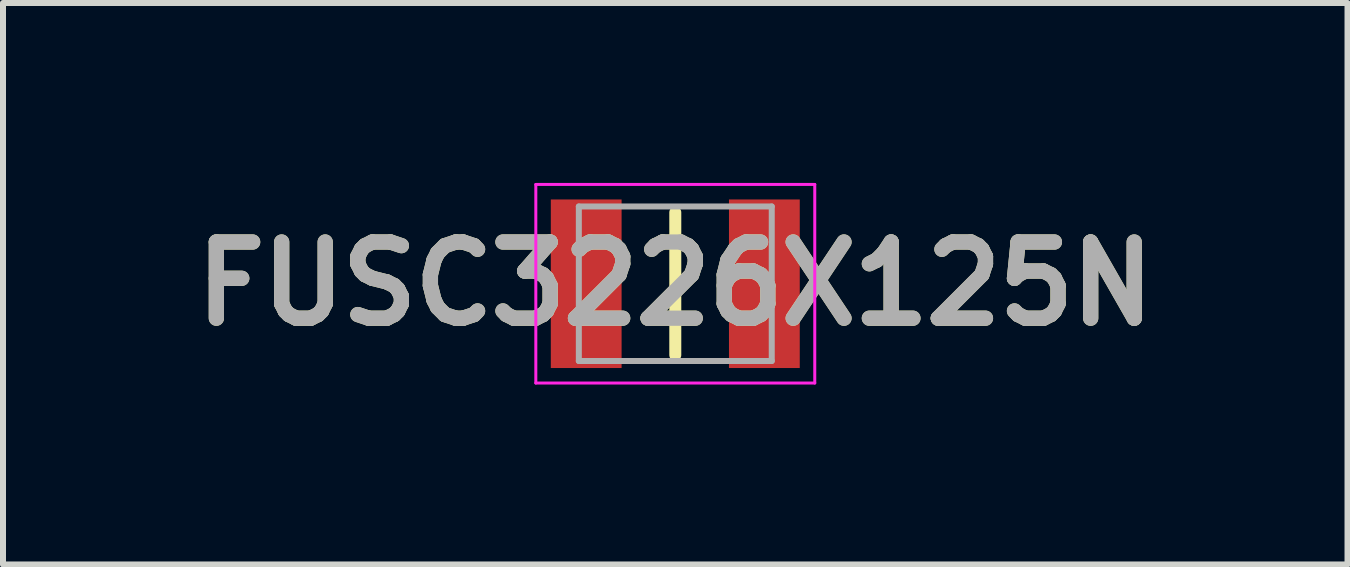
<source format=kicad_pcb>
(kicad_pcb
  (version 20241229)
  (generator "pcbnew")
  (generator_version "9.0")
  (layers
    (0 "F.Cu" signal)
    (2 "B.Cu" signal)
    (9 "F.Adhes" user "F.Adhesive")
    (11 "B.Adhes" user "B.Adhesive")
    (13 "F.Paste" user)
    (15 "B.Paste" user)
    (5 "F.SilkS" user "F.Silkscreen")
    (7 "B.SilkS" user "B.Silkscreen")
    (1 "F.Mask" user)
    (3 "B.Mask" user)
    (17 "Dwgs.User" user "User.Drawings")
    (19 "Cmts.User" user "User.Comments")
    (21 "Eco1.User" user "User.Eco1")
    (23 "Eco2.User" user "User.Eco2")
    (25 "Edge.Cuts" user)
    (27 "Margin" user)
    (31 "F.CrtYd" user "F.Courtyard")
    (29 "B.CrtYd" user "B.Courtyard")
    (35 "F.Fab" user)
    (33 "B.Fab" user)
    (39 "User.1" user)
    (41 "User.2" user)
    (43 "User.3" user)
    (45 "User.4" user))
  (footprint "FUSC3226X125N"
    (layer "F.Cu")
    (at 8.207 1.68)
    (property "Reference" "FUSC3226X125N" (at 0 0 0) (layer "F.SilkS") (effects (font (size 1.27 1.27) (thickness 0.254))))
    (attr smd)
    (fp_line (start 0 -1.188) (end 0 1.188) (stroke (width 0.2) (type solid)) (layer "F.SilkS"))
    (fp_line (start -2.325 -1.655) (end 2.325 -1.655) (stroke (width 0.05) (type solid)) (layer "F.CrtYd"))
    (fp_line (start -2.325 1.655) (end -2.325 -1.655) (stroke (width 0.05) (type solid)) (layer "F.CrtYd"))
    (fp_line (start 2.325 -1.655) (end 2.325 1.655) (stroke (width 0.05) (type solid)) (layer "F.CrtYd"))
    (fp_line (start 2.325 1.655) (end -2.325 1.655) (stroke (width 0.05) (type solid)) (layer "F.CrtYd"))
    (fp_line (start -1.608 -1.288) (end 1.608 -1.288) (stroke (width 0.1) (type solid)) (layer "F.Fab"))
    (fp_line (start -1.608 1.288) (end -1.608 -1.288) (stroke (width 0.1) (type solid)) (layer "F.Fab"))
    (fp_line (start 1.608 -1.288) (end 1.608 1.288) (stroke (width 0.1) (type solid)) (layer "F.Fab"))
    (fp_line (start 1.608 1.288) (end -1.608 1.288) (stroke (width 0.1) (type solid)) (layer "F.Fab"))
    (fp_text user "${REFERENCE}" (at 0 0 0) (layer "F.Fab") (effects (font (size 1.27 1.27) (thickness 0.254))))
    (pad "1" smd rect (at -1.485 0) (size 1.18 2.81) (layers "F.Cu" "F.Mask" "F.Paste"))
    (pad "2" smd rect (at 1.485 0) (size 1.18 2.81) (layers "F.Cu" "F.Mask" "F.Paste")))
  (gr_rect
    (start -3 -3)
    (end 19.413 6.36)
    (stroke (width 0.1) (type default))
    (fill no)
    (layer "Edge.Cuts")))
</source>
